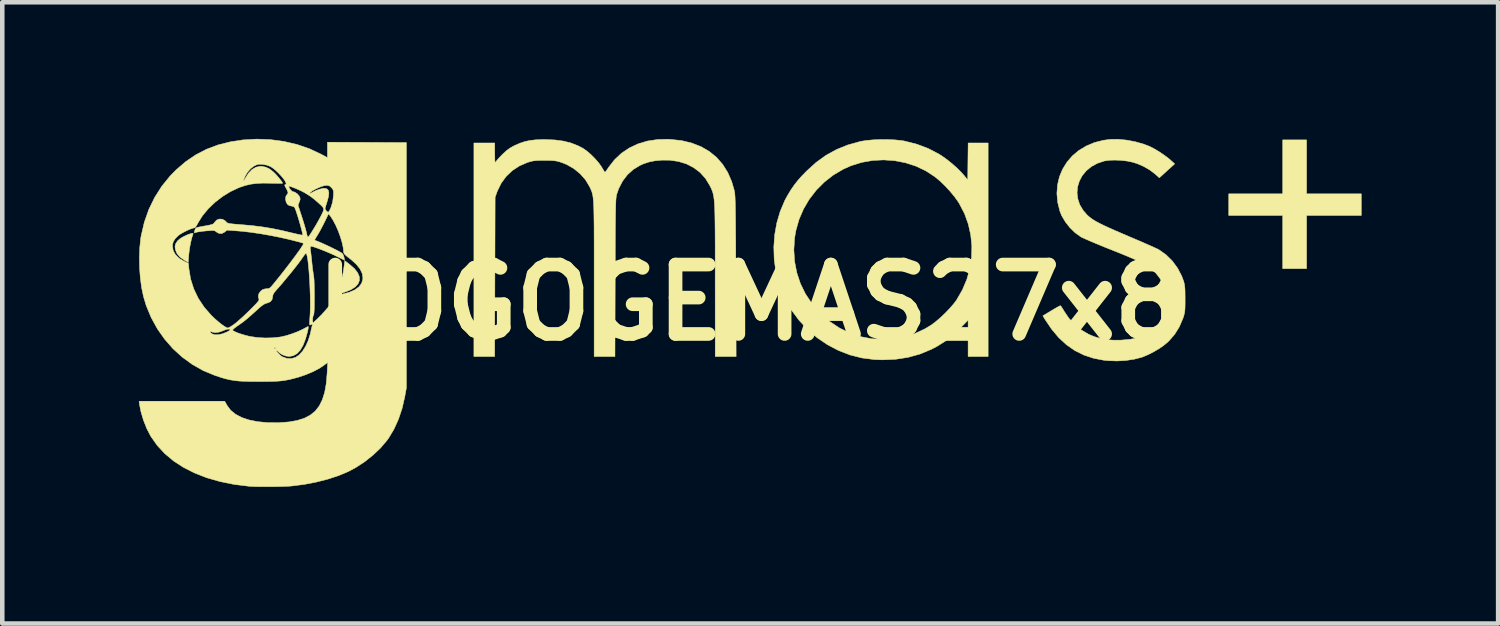
<source format=kicad_pcb>
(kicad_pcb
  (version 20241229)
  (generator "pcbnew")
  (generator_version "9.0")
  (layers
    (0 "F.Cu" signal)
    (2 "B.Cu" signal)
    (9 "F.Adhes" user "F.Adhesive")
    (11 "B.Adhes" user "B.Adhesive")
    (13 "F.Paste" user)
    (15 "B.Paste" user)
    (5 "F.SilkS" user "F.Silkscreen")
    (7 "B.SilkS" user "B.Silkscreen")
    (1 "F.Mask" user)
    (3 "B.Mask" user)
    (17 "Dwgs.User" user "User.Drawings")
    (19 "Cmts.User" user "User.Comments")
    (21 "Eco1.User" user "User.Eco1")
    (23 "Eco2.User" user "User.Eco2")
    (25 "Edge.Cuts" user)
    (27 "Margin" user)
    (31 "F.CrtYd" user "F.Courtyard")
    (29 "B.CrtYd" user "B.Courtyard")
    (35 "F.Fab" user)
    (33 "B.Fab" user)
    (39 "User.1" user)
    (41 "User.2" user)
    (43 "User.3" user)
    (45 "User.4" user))
  (footprint "LOGOGEMAS27x8"
    (layer "F.Cu")
    (at 13.42 3.595)
    (property "Reference" "LOGOGEMAS27x8" (at 0 0 0) (layer "F.SilkS") (effects (font (size 1.524 1.524) (thickness 0.3))))
    (attr through_hole)
    (fp_poly (pts (xy 12.226 -2.388) (xy 13.428 -2.388) (xy 13.428 -1.913) (xy 12.226 -1.913) (xy 12.226 -0.745) (xy 11.701 -0.745) (xy 11.701 -1.913) (xy 10.516 -1.913) (xy 10.516 -2.388) (xy 11.701 -2.388) (xy 11.701 -3.573) (xy 12.226 -3.573) (xy 12.226 -2.388)) (stroke (width 0.01) (type solid)) (fill yes) (layer "F.SilkS"))
    (fp_poly (pts (xy -12.228 -1.514) (xy -12.233 -1.497) (xy -12.257 -1.423) (xy -12.281 -1.326) (xy -12.302 -1.218) (xy -12.317 -1.112) (xy -12.324 -1.043) (xy -12.336 -0.881) (xy -12.422 -0.931) (xy -12.519 -0.999) (xy -12.584 -1.078) (xy -12.616 -1.155) (xy -12.627 -1.227) (xy -12.615 -1.287) (xy -12.576 -1.348) (xy -12.565 -1.36) (xy -12.515 -1.403) (xy -12.444 -1.446) (xy -12.363 -1.485) (xy -12.282 -1.514) (xy -12.27 -1.517) (xy -12.236 -1.523) (xy -12.228 -1.514)) (stroke (width 0.01) (type solid)) (fill yes) (layer "F.SilkS"))
    (fp_poly (pts (xy 3.031 -3.58) (xy 3.185 -3.573) (xy 3.323 -3.559) (xy 3.387 -3.549) (xy 3.661 -3.48) (xy 3.918 -3.383) (xy 4.157 -3.258) (xy 4.231 -3.21) (xy 4.335 -3.135) (xy 4.445 -3.046) (xy 4.551 -2.952) (xy 4.643 -2.859) (xy 4.699 -2.797) (xy 4.784 -2.693) (xy 4.788 -3.099) (xy 4.793 -3.505) (xy 5.232 -3.505) (xy 5.232 1.185) (xy 4.792 1.185) (xy 4.792 0.385) (xy 4.627 0.555) (xy 4.457 0.716) (xy 4.286 0.851) (xy 4.105 0.964) (xy 3.989 1.025) (xy 3.737 1.13) (xy 3.474 1.203) (xy 3.198 1.246) (xy 2.908 1.258) (xy 2.735 1.252) (xy 2.463 1.217) (xy 2.199 1.151) (xy 1.946 1.053) (xy 1.705 0.927) (xy 1.478 0.773) (xy 1.268 0.592) (xy 1.077 0.387) (xy 0.907 0.158) (xy 0.842 0.053) (xy 0.723 -0.179) (xy 0.632 -0.427) (xy 0.569 -0.685) (xy 0.533 -0.951) (xy 0.527 -1.156) (xy 0.965 -1.156) (xy 0.982 -0.902) (xy 1.03 -0.655) (xy 1.109 -0.417) (xy 1.219 -0.192) (xy 1.359 0.019) (xy 1.386 0.054) (xy 1.564 0.252) (xy 1.758 0.42) (xy 1.967 0.559) (xy 2.19 0.668) (xy 2.424 0.747) (xy 2.669 0.794) (xy 2.922 0.808) (xy 3.141 0.795) (xy 3.391 0.752) (xy 3.625 0.679) (xy 3.845 0.577) (xy 3.975 0.498) (xy 4.073 0.426) (xy 4.181 0.334) (xy 4.29 0.231) (xy 4.393 0.123) (xy 4.482 0.02) (xy 4.542 -0.062) (xy 4.668 -0.281) (xy 4.765 -0.512) (xy 4.831 -0.75) (xy 4.867 -0.994) (xy 4.874 -1.24) (xy 4.85 -1.483) (xy 4.796 -1.723) (xy 4.713 -1.954) (xy 4.599 -2.173) (xy 4.566 -2.225) (xy 4.488 -2.332) (xy 4.391 -2.449) (xy 4.283 -2.565) (xy 4.173 -2.671) (xy 4.07 -2.757) (xy 4.064 -2.762) (xy 3.863 -2.893) (xy 3.646 -2.996) (xy 3.417 -3.07) (xy 3.18 -3.116) (xy 2.938 -3.133) (xy 2.696 -3.121) (xy 2.457 -3.079) (xy 2.225 -3.007) (xy 2.053 -2.931) (xy 1.834 -2.802) (xy 1.635 -2.647) (xy 1.458 -2.469) (xy 1.305 -2.271) (xy 1.178 -2.056) (xy 1.079 -1.826) (xy 1.01 -1.583) (xy 0.981 -1.415) (xy 0.965 -1.156) (xy 0.527 -1.156) (xy 0.525 -1.22) (xy 0.544 -1.488) (xy 0.591 -1.751) (xy 0.666 -2.004) (xy 0.768 -2.245) (xy 0.825 -2.35) (xy 0.898 -2.471) (xy 0.971 -2.577) (xy 1.049 -2.677) (xy 1.14 -2.78) (xy 1.245 -2.888) (xy 1.452 -3.076) (xy 1.669 -3.233) (xy 1.899 -3.36) (xy 2.145 -3.46) (xy 2.413 -3.535) (xy 2.444 -3.542) (xy 2.566 -3.561) (xy 2.711 -3.574) (xy 2.869 -3.581) (xy 3.031 -3.58)) (stroke (width 0.01) (type solid)) (fill yes) (layer "F.SilkS"))
    (fp_poly (pts (xy 8.274 -3.568) (xy 8.464 -3.532) (xy 8.647 -3.48) (xy 8.78 -3.429) (xy 8.875 -3.38) (xy 8.983 -3.316) (xy 9.091 -3.243) (xy 9.189 -3.17) (xy 9.241 -3.126) (xy 9.329 -3.046) (xy 9.16 -2.893) (xy 8.992 -2.74) (xy 8.896 -2.826) (xy 8.783 -2.911) (xy 8.649 -2.989) (xy 8.506 -3.051) (xy 8.404 -3.083) (xy 8.283 -3.108) (xy 8.15 -3.123) (xy 8.016 -3.129) (xy 7.891 -3.125) (xy 7.788 -3.11) (xy 7.783 -3.109) (xy 7.63 -3.058) (xy 7.497 -2.985) (xy 7.387 -2.894) (xy 7.299 -2.788) (xy 7.236 -2.669) (xy 7.197 -2.543) (xy 7.185 -2.412) (xy 7.201 -2.279) (xy 7.244 -2.149) (xy 7.318 -2.025) (xy 7.403 -1.927) (xy 7.444 -1.889) (xy 7.49 -1.853) (xy 7.542 -1.817) (xy 7.605 -1.779) (xy 7.681 -1.739) (xy 7.774 -1.693) (xy 7.887 -1.641) (xy 8.022 -1.581) (xy 8.184 -1.511) (xy 8.317 -1.454) (xy 8.453 -1.396) (xy 8.583 -1.341) (xy 8.701 -1.289) (xy 8.804 -1.244) (xy 8.888 -1.206) (xy 8.949 -1.178) (xy 8.983 -1.161) (xy 8.984 -1.16) (xy 9.139 -1.05) (xy 9.277 -0.914) (xy 9.393 -0.756) (xy 9.484 -0.582) (xy 9.527 -0.466) (xy 9.539 -0.419) (xy 9.548 -0.369) (xy 9.554 -0.307) (xy 9.557 -0.227) (xy 9.558 -0.123) (xy 9.558 -0.076) (xy 9.558 0.031) (xy 9.556 0.112) (xy 9.553 0.173) (xy 9.546 0.223) (xy 9.536 0.267) (xy 9.522 0.314) (xy 9.511 0.347) (xy 9.429 0.537) (xy 9.326 0.702) (xy 9.198 0.848) (xy 9.104 0.929) (xy 8.998 1.005) (xy 8.873 1.079) (xy 8.744 1.145) (xy 8.622 1.196) (xy 8.605 1.202) (xy 8.441 1.244) (xy 8.256 1.272) (xy 8.061 1.283) (xy 7.867 1.276) (xy 7.781 1.268) (xy 7.549 1.224) (xy 7.335 1.153) (xy 7.137 1.055) (xy 6.954 0.928) (xy 6.784 0.772) (xy 6.626 0.584) (xy 6.478 0.365) (xy 6.471 0.353) (xy 6.434 0.291) (xy 6.619 0.179) (xy 6.69 0.137) (xy 6.75 0.102) (xy 6.795 0.078) (xy 6.817 0.068) (xy 6.818 0.068) (xy 6.833 0.082) (xy 6.858 0.119) (xy 6.89 0.171) (xy 6.9 0.189) (xy 7.005 0.344) (xy 7.133 0.483) (xy 7.28 0.603) (xy 7.44 0.697) (xy 7.559 0.747) (xy 7.7 0.789) (xy 7.838 0.815) (xy 7.984 0.826) (xy 8.15 0.825) (xy 8.162 0.824) (xy 8.352 0.807) (xy 8.516 0.774) (xy 8.657 0.724) (xy 8.781 0.655) (xy 8.888 0.568) (xy 8.985 0.456) (xy 9.056 0.327) (xy 9.102 0.178) (xy 9.124 0.008) (xy 9.127 -0.079) (xy 9.115 -0.243) (xy 9.079 -0.388) (xy 9.014 -0.519) (xy 8.921 -0.641) (xy 8.88 -0.683) (xy 8.834 -0.726) (xy 8.784 -0.767) (xy 8.727 -0.806) (xy 8.66 -0.845) (xy 8.581 -0.887) (xy 8.484 -0.933) (xy 8.367 -0.984) (xy 8.228 -1.043) (xy 8.061 -1.11) (xy 7.959 -1.151) (xy 7.82 -1.206) (xy 7.688 -1.26) (xy 7.566 -1.311) (xy 7.459 -1.356) (xy 7.371 -1.395) (xy 7.306 -1.424) (xy 7.268 -1.443) (xy 7.267 -1.444) (xy 7.142 -1.534) (xy 7.026 -1.647) (xy 6.926 -1.775) (xy 6.847 -1.909) (xy 6.809 -2.003) (xy 6.759 -2.202) (xy 6.742 -2.397) (xy 6.756 -2.585) (xy 6.798 -2.763) (xy 6.868 -2.931) (xy 6.963 -3.084) (xy 7.082 -3.222) (xy 7.224 -3.341) (xy 7.387 -3.439) (xy 7.568 -3.515) (xy 7.767 -3.565) (xy 7.916 -3.584) (xy 8.088 -3.586) (xy 8.274 -3.568)) (stroke (width 0.01) (type solid)) (fill yes) (layer "F.SilkS"))
    (fp_poly (pts (xy -1.746 -3.584) (xy -1.5 -3.557) (xy -1.276 -3.503) (xy -1.073 -3.424) (xy -0.892 -3.319) (xy -0.734 -3.19) (xy -0.599 -3.036) (xy -0.487 -2.858) (xy -0.4 -2.657) (xy -0.346 -2.472) (xy -0.341 -2.45) (xy -0.336 -2.424) (xy -0.332 -2.394) (xy -0.329 -2.356) (xy -0.326 -2.309) (xy -0.324 -2.251) (xy -0.321 -2.18) (xy -0.319 -2.093) (xy -0.318 -1.989) (xy -0.316 -1.866) (xy -0.315 -1.722) (xy -0.314 -1.554) (xy -0.312 -1.36) (xy -0.311 -1.139) (xy -0.31 -0.888) (xy -0.309 -0.606) (xy -0.309 -0.58) (xy -0.303 1.185) (xy -0.762 1.185) (xy -0.763 -0.487) (xy -0.763 -0.776) (xy -0.763 -1.034) (xy -0.763 -1.262) (xy -0.764 -1.462) (xy -0.765 -1.637) (xy -0.767 -1.788) (xy -0.769 -1.919) (xy -0.772 -2.03) (xy -0.776 -2.124) (xy -0.781 -2.204) (xy -0.787 -2.27) (xy -0.795 -2.326) (xy -0.804 -2.373) (xy -0.814 -2.414) (xy -0.826 -2.45) (xy -0.84 -2.484) (xy -0.855 -2.518) (xy -0.873 -2.554) (xy -0.882 -2.572) (xy -0.976 -2.726) (xy -1.094 -2.857) (xy -1.234 -2.963) (xy -1.393 -3.045) (xy -1.569 -3.099) (xy -1.761 -3.127) (xy -1.93 -3.128) (xy -2.083 -3.114) (xy -2.214 -3.088) (xy -2.336 -3.048) (xy -2.412 -3.014) (xy -2.561 -2.924) (xy -2.69 -2.807) (xy -2.798 -2.666) (xy -2.882 -2.502) (xy -2.925 -2.379) (xy -2.929 -2.361) (xy -2.934 -2.339) (xy -2.937 -2.311) (xy -2.941 -2.277) (xy -2.944 -2.233) (xy -2.946 -2.177) (xy -2.948 -2.108) (xy -2.95 -2.023) (xy -2.952 -1.921) (xy -2.953 -1.799) (xy -2.955 -1.655) (xy -2.956 -1.487) (xy -2.957 -1.294) (xy -2.958 -1.073) (xy -2.958 -0.822) (xy -2.959 -0.546) (xy -2.964 1.185) (xy -3.421 1.185) (xy -3.421 -0.521) (xy -3.421 -0.808) (xy -3.421 -1.063) (xy -3.421 -1.288) (xy -3.422 -1.486) (xy -3.422 -1.658) (xy -3.424 -1.807) (xy -3.426 -1.935) (xy -3.428 -2.043) (xy -3.432 -2.134) (xy -3.436 -2.21) (xy -3.441 -2.274) (xy -3.447 -2.326) (xy -3.455 -2.37) (xy -3.464 -2.407) (xy -3.474 -2.44) (xy -3.486 -2.47) (xy -3.499 -2.5) (xy -3.514 -2.531) (xy -3.522 -2.547) (xy -3.611 -2.696) (xy -3.728 -2.828) (xy -3.867 -2.942) (xy -4.023 -3.031) (xy -4.135 -3.076) (xy -4.196 -3.095) (xy -4.249 -3.108) (xy -4.303 -3.116) (xy -4.368 -3.12) (xy -4.452 -3.122) (xy -4.513 -3.122) (xy -4.612 -3.122) (xy -4.687 -3.119) (xy -4.746 -3.113) (xy -4.799 -3.103) (xy -4.854 -3.087) (xy -4.887 -3.077) (xy -5.062 -3.001) (xy -5.218 -2.899) (xy -5.352 -2.772) (xy -5.462 -2.622) (xy -5.546 -2.451) (xy -5.557 -2.421) (xy -5.596 -2.311) (xy -5.606 1.185) (xy -6.062 1.185) (xy -6.062 -3.505) (xy -5.605 -3.505) (xy -5.604 -3.281) (xy -5.603 -3.191) (xy -5.602 -3.13) (xy -5.599 -3.095) (xy -5.595 -3.081) (xy -5.587 -3.083) (xy -5.576 -3.098) (xy -5.576 -3.099) (xy -5.552 -3.129) (xy -5.511 -3.175) (xy -5.459 -3.23) (xy -5.427 -3.262) (xy -5.347 -3.336) (xy -5.27 -3.393) (xy -5.183 -3.442) (xy -5.164 -3.451) (xy -5.051 -3.5) (xy -4.943 -3.536) (xy -4.831 -3.56) (xy -4.707 -3.574) (xy -4.562 -3.58) (xy -4.487 -3.58) (xy -4.278 -3.571) (xy -4.094 -3.546) (xy -3.928 -3.504) (xy -3.775 -3.444) (xy -3.662 -3.385) (xy -3.582 -3.328) (xy -3.493 -3.252) (xy -3.405 -3.164) (xy -3.325 -3.073) (xy -3.264 -2.989) (xy -3.251 -2.967) (xy -3.221 -2.916) (xy -3.197 -2.878) (xy -3.183 -2.862) (xy -3.183 -2.862) (xy -3.17 -2.875) (xy -3.144 -2.91) (xy -3.11 -2.959) (xy -3.102 -2.972) (xy -2.972 -3.138) (xy -2.821 -3.28) (xy -2.65 -3.395) (xy -2.459 -3.485) (xy -2.252 -3.547) (xy -2.028 -3.581) (xy -1.79 -3.587) (xy -1.746 -3.584)) (stroke (width 0.01) (type solid)) (fill yes) (layer "F.SilkS"))
    (fp_poly (pts (xy -10.533 -3.579) (xy -10.235 -3.539) (xy -9.947 -3.472) (xy -9.673 -3.378) (xy -9.419 -3.259) (xy -9.279 -3.183) (xy -9.279 -3.522) (xy -8.412 -3.518) (xy -7.544 -3.514) (xy -7.544 1.871) (xy -7.581 2.074) (xy -7.639 2.326) (xy -7.719 2.564) (xy -7.818 2.782) (xy -7.934 2.976) (xy -7.974 3.031) (xy -8.112 3.193) (xy -8.276 3.349) (xy -8.458 3.494) (xy -8.652 3.621) (xy -8.82 3.711) (xy -9.032 3.8) (xy -9.269 3.878) (xy -9.524 3.943) (xy -9.789 3.994) (xy -10.056 4.028) (xy -10.075 4.03) (xy -10.152 4.035) (xy -10.253 4.039) (xy -10.371 4.042) (xy -10.498 4.043) (xy -10.627 4.044) (xy -10.75 4.043) (xy -10.861 4.042) (xy -10.95 4.038) (xy -10.998 4.035) (xy -11.329 3.994) (xy -11.639 3.931) (xy -11.929 3.848) (xy -12.196 3.744) (xy -12.439 3.621) (xy -12.658 3.479) (xy -12.85 3.318) (xy -13.016 3.14) (xy -13.153 2.945) (xy -13.163 2.93) (xy -13.248 2.764) (xy -13.32 2.582) (xy -13.375 2.396) (xy -13.404 2.248) (xy -13.415 2.167) (xy -11.535 2.167) (xy -11.483 2.259) (xy -11.405 2.364) (xy -11.298 2.452) (xy -11.162 2.524) (xy -11 2.578) (xy -10.812 2.616) (xy -10.599 2.636) (xy -10.362 2.638) (xy -10.338 2.637) (xy -10.128 2.622) (xy -9.945 2.59) (xy -9.788 2.541) (xy -9.656 2.472) (xy -9.546 2.383) (xy -9.458 2.27) (xy -9.39 2.133) (xy -9.339 1.97) (xy -9.305 1.78) (xy -9.286 1.559) (xy -9.285 1.542) (xy -9.274 1.314) (xy -9.342 1.367) (xy -9.455 1.444) (xy -9.596 1.518) (xy -9.756 1.585) (xy -9.929 1.643) (xy -10.106 1.689) (xy -10.185 1.704) (xy -10.249 1.715) (xy -10.316 1.722) (xy -10.393 1.728) (xy -10.484 1.732) (xy -10.596 1.734) (xy -10.733 1.735) (xy -10.795 1.735) (xy -10.962 1.734) (xy -11.101 1.73) (xy -11.22 1.724) (xy -11.325 1.712) (xy -11.423 1.696) (xy -11.52 1.673) (xy -11.623 1.643) (xy -11.738 1.604) (xy -11.754 1.599) (xy -12.007 1.494) (xy -12.246 1.359) (xy -12.468 1.198) (xy -12.672 1.012) (xy -12.684 0.998) (xy -10.448 0.998) (xy -10.436 1.015) (xy -10.431 1.016) (xy -10.414 1.01) (xy -10.414 1.009) (xy -10.426 0.994) (xy -10.431 0.991) (xy -10.447 0.992) (xy -10.448 0.998) (xy -12.684 0.998) (xy -12.854 0.804) (xy -12.966 0.645) (xy -11.853 0.645) (xy -11.838 0.667) (xy -11.816 0.685) (xy -11.756 0.707) (xy -11.677 0.707) (xy -11.583 0.685) (xy -11.561 0.677) (xy -11.504 0.654) (xy -11.457 0.631) (xy -11.437 0.619) (xy -11.419 0.604) (xy -11.362 0.604) (xy -11.347 0.621) (xy -11.304 0.643) (xy -11.241 0.669) (xy -11.163 0.695) (xy -11.076 0.721) (xy -10.986 0.743) (xy -10.969 0.746) (xy -10.817 0.768) (xy -10.649 0.778) (xy -10.479 0.774) (xy -10.323 0.757) (xy -10.293 0.752) (xy -10.179 0.725) (xy -10.054 0.685) (xy -9.931 0.638) (xy -9.824 0.589) (xy -9.787 0.569) (xy -9.742 0.544) (xy -9.71 0.528) (xy -9.7 0.525) (xy -9.698 0.54) (xy -9.703 0.579) (xy -9.713 0.631) (xy -9.76 0.802) (xy -9.814 0.94) (xy -9.877 1.047) (xy -9.949 1.123) (xy -10.03 1.168) (xy -10.121 1.185) (xy -10.126 1.185) (xy -10.196 1.173) (xy -10.27 1.145) (xy -10.333 1.105) (xy -10.353 1.086) (xy -10.382 1.06) (xy -10.403 1.05) (xy -10.403 1.06) (xy -10.385 1.085) (xy -10.355 1.118) (xy -10.319 1.152) (xy -10.286 1.18) (xy -10.27 1.19) (xy -10.173 1.225) (xy -10.073 1.23) (xy -9.982 1.205) (xy -9.901 1.151) (xy -9.826 1.068) (xy -9.758 0.962) (xy -9.701 0.835) (xy -9.657 0.695) (xy -9.646 0.645) (xy -9.632 0.578) (xy -9.619 0.525) (xy -9.61 0.493) (xy -9.608 0.489) (xy -9.607 0.475) (xy -9.631 0.481) (xy -9.649 0.49) (xy -9.662 0.494) (xy -9.669 0.487) (xy -9.672 0.464) (xy -9.671 0.42) (xy -9.666 0.348) (xy -9.664 0.324) (xy -9.658 0.222) (xy -9.655 0.104) (xy -9.655 -0.026) (xy -9.657 -0.163) (xy -9.662 -0.304) (xy -9.668 -0.445) (xy -9.676 -0.582) (xy -9.686 -0.71) (xy -9.697 -0.825) (xy -9.708 -0.924) (xy -9.721 -1.003) (xy -9.734 -1.057) (xy -9.747 -1.082) (xy -9.751 -1.084) (xy -9.765 -1.07) (xy -9.792 -1.035) (xy -9.827 -0.986) (xy -9.836 -0.972) (xy -9.875 -0.917) (xy -9.929 -0.845) (xy -9.992 -0.764) (xy -10.057 -0.682) (xy -10.073 -0.663) (xy -10.133 -0.59) (xy -10.188 -0.524) (xy -10.233 -0.469) (xy -10.263 -0.433) (xy -10.27 -0.424) (xy -10.298 -0.392) (xy -10.34 -0.344) (xy -10.388 -0.29) (xy -10.393 -0.285) (xy -10.441 -0.228) (xy -10.469 -0.185) (xy -10.48 -0.148) (xy -10.482 -0.129) (xy -10.496 -0.062) (xy -10.538 -0.015) (xy -10.605 0.012) (xy -10.61 0.013) (xy -10.645 0.023) (xy -10.682 0.043) (xy -10.728 0.076) (xy -10.788 0.127) (xy -10.847 0.181) (xy -10.948 0.272) (xy -11.032 0.346) (xy -11.108 0.408) (xy -11.184 0.464) (xy -11.264 0.519) (xy -11.313 0.555) (xy -11.348 0.585) (xy -11.362 0.604) (xy -11.362 0.604) (xy -11.419 0.604) (xy -11.415 0.6) (xy -11.42 0.59) (xy -11.435 0.583) (xy -11.469 0.584) (xy -11.524 0.599) (xy -11.564 0.616) (xy -11.658 0.649) (xy -11.742 0.66) (xy -11.809 0.648) (xy -11.821 0.643) (xy -11.847 0.634) (xy -11.853 0.645) (xy -12.966 0.645) (xy -13.014 0.576) (xy -13.149 0.331) (xy -13.258 0.07) (xy -13.318 -0.13) (xy -13.359 -0.323) (xy -13.388 -0.538) (xy -13.405 -0.764) (xy -13.409 -0.992) (xy -13.401 -1.212) (xy -13.397 -1.241) (xy -12.683 -1.241) (xy -12.666 -1.142) (xy -12.617 -1.053) (xy -12.539 -0.974) (xy -12.431 -0.909) (xy -12.419 -0.903) (xy -12.332 -0.863) (xy -12.321 -0.741) (xy -12.284 -0.517) (xy -12.214 -0.299) (xy -12.114 -0.091) (xy -11.984 0.104) (xy -11.826 0.284) (xy -11.821 0.289) (xy -11.743 0.363) (xy -11.664 0.431) (xy -11.591 0.488) (xy -11.529 0.53) (xy -11.483 0.554) (xy -11.466 0.558) (xy -11.442 0.549) (xy -11.399 0.525) (xy -11.345 0.49) (xy -11.331 0.479) (xy -11.281 0.441) (xy -11.215 0.383) (xy -11.137 0.314) (xy -11.056 0.237) (xy -10.993 0.176) (xy -10.914 0.097) (xy -10.856 0.038) (xy -10.817 -0.005) (xy -10.793 -0.035) (xy -10.783 -0.057) (xy -10.782 -0.073) (xy -10.786 -0.084) (xy -10.798 -0.139) (xy -10.784 -0.196) (xy -10.749 -0.247) (xy -10.7 -0.286) (xy -10.642 -0.302) (xy -10.624 -0.302) (xy -10.564 -0.31) (xy -10.535 -0.328) (xy -10.508 -0.356) (xy -10.465 -0.407) (xy -10.408 -0.477) (xy -10.341 -0.56) (xy -10.268 -0.652) (xy -10.192 -0.75) (xy -10.116 -0.848) (xy -10.045 -0.943) (xy -9.98 -1.029) (xy -9.941 -1.084) (xy -9.883 -1.164) (xy -9.856 -1.204) (xy -9.656 -1.204) (xy -9.651 -1.147) (xy -9.644 -1.101) (xy -9.636 -1.032) (xy -9.626 -0.948) (xy -9.619 -0.872) (xy -9.61 -0.784) (xy -9.599 -0.701) (xy -9.589 -0.632) (xy -9.582 -0.593) (xy -9.577 -0.553) (xy -9.572 -0.489) (xy -9.569 -0.406) (xy -9.567 -0.31) (xy -9.565 -0.206) (xy -9.565 -0.101) (xy -9.566 0.002) (xy -9.567 0.095) (xy -9.57 0.174) (xy -9.574 0.232) (xy -9.579 0.265) (xy -9.581 0.269) (xy -9.592 0.29) (xy -9.6 0.329) (xy -9.604 0.375) (xy -9.604 0.415) (xy -9.597 0.438) (xy -9.594 0.44) (xy -9.577 0.429) (xy -9.541 0.397) (xy -9.491 0.35) (xy -9.432 0.291) (xy -9.407 0.267) (xy -9.263 0.103) (xy -9.145 -0.066) (xy -9.053 -0.245) (xy -8.983 -0.44) (xy -8.934 -0.656) (xy -8.911 -0.811) (xy -8.898 -0.919) (xy -8.789 -0.836) (xy -8.686 -0.746) (xy -8.616 -0.657) (xy -8.579 -0.571) (xy -8.575 -0.49) (xy -8.604 -0.414) (xy -8.665 -0.345) (xy -8.759 -0.285) (xy -8.865 -0.241) (xy -8.927 -0.22) (xy -8.984 -0.203) (xy -9.015 -0.195) (xy -9.046 -0.185) (xy -9.054 -0.176) (xy -9.054 -0.175) (xy -9.034 -0.174) (xy -8.991 -0.179) (xy -8.946 -0.187) (xy -8.795 -0.227) (xy -8.675 -0.28) (xy -8.586 -0.346) (xy -8.528 -0.423) (xy -8.502 -0.512) (xy -8.501 -0.544) (xy -8.516 -0.641) (xy -8.563 -0.738) (xy -8.642 -0.838) (xy -8.754 -0.94) (xy -8.797 -0.973) (xy -8.858 -1.021) (xy -8.897 -1.056) (xy -8.917 -1.084) (xy -8.924 -1.11) (xy -8.924 -1.117) (xy -8.933 -1.208) (xy -8.957 -1.319) (xy -8.994 -1.442) (xy -9.04 -1.568) (xy -9.093 -1.69) (xy -9.15 -1.8) (xy -9.206 -1.888) (xy -9.219 -1.905) (xy -9.255 -1.951) (xy -9.289 -1.879) (xy -9.341 -1.77) (xy -9.397 -1.661) (xy -9.451 -1.56) (xy -9.5 -1.476) (xy -9.526 -1.435) (xy -9.55 -1.395) (xy -9.557 -1.375) (xy -9.547 -1.364) (xy -9.538 -1.361) (xy -9.483 -1.341) (xy -9.408 -1.309) (xy -9.322 -1.27) (xy -9.231 -1.228) (xy -9.142 -1.184) (xy -9.062 -1.144) (xy -8.999 -1.109) (xy -8.958 -1.084) (xy -8.955 -1.081) (xy -8.933 -1.05) (xy -8.916 -1.003) (xy -8.914 -0.994) (xy -8.903 -0.929) (xy -9.028 -0.992) (xy -9.113 -1.034) (xy -9.207 -1.077) (xy -9.303 -1.118) (xy -9.397 -1.156) (xy -9.483 -1.189) (xy -9.556 -1.215) (xy -9.611 -1.231) (xy -9.641 -1.236) (xy -9.645 -1.235) (xy -9.656 -1.204) (xy -9.856 -1.204) (xy -9.844 -1.222) (xy -9.82 -1.26) (xy -9.809 -1.284) (xy -9.81 -1.298) (xy -9.819 -1.306) (xy -9.826 -1.309) (xy -9.855 -1.318) (xy -9.91 -1.333) (xy -9.985 -1.352) (xy -10.074 -1.375) (xy -10.135 -1.39) (xy -10.33 -1.434) (xy -10.539 -1.475) (xy -10.75 -1.512) (xy -10.955 -1.542) (xy -11.143 -1.564) (xy -11.251 -1.573) (xy -11.487 -1.59) (xy -11.538 -1.547) (xy -11.597 -1.516) (xy -11.659 -1.518) (xy -11.72 -1.552) (xy -11.726 -1.557) (xy -11.743 -1.571) (xy -11.765 -1.58) (xy -11.798 -1.583) (xy -11.848 -1.581) (xy -11.923 -1.575) (xy -11.941 -1.574) (xy -12.02 -1.566) (xy -12.091 -1.556) (xy -12.144 -1.547) (xy -12.165 -1.541) (xy -12.196 -1.531) (xy -12.206 -1.534) (xy -12.201 -1.559) (xy -12.191 -1.588) (xy -12.182 -1.613) (xy -12.171 -1.631) (xy -12.153 -1.644) (xy -12.121 -1.654) (xy -12.07 -1.665) (xy -11.993 -1.679) (xy -11.959 -1.685) (xy -11.879 -1.7) (xy -11.826 -1.712) (xy -11.793 -1.725) (xy -11.772 -1.741) (xy -11.756 -1.763) (xy -11.756 -1.764) (xy -11.71 -1.813) (xy -11.651 -1.835) (xy -11.588 -1.831) (xy -11.529 -1.8) (xy -11.504 -1.774) (xy -11.49 -1.759) (xy -11.472 -1.748) (xy -11.445 -1.739) (xy -11.403 -1.732) (xy -11.34 -1.725) (xy -11.252 -1.718) (xy -11.193 -1.713) (xy -10.94 -1.691) (xy -10.71 -1.662) (xy -10.49 -1.626) (xy -10.271 -1.581) (xy -10.144 -1.55) (xy -10.046 -1.527) (xy -9.96 -1.507) (xy -9.891 -1.492) (xy -9.844 -1.483) (xy -9.824 -1.481) (xy -9.824 -1.482) (xy -9.824 -1.502) (xy -9.833 -1.548) (xy -9.85 -1.616) (xy -9.873 -1.7) (xy -9.9 -1.795) (xy -9.93 -1.894) (xy -9.946 -1.943) (xy -9.97 -2.017) (xy -9.989 -2.065) (xy -10.005 -2.094) (xy -10.022 -2.108) (xy -10.046 -2.115) (xy -10.059 -2.117) (xy -10.118 -2.131) (xy -10.154 -2.154) (xy -10.18 -2.194) (xy -10.186 -2.208) (xy -10.199 -2.269) (xy -10.194 -2.327) (xy -10.169 -2.37) (xy -10.167 -2.372) (xy -10.148 -2.394) (xy -10.146 -2.423) (xy -10.162 -2.465) (xy -10.187 -2.512) (xy -10.204 -2.546) (xy -10.129 -2.546) (xy -10.117 -2.519) (xy -10.095 -2.486) (xy -10.07 -2.457) (xy -10.049 -2.44) (xy -10.045 -2.439) (xy -9.995 -2.424) (xy -9.943 -2.39) (xy -9.902 -2.345) (xy -9.896 -2.334) (xy -9.881 -2.299) (xy -9.878 -2.268) (xy -9.89 -2.227) (xy -9.897 -2.209) (xy -9.924 -2.137) (xy -9.842 -1.885) (xy -9.811 -1.789) (xy -9.782 -1.693) (xy -9.758 -1.609) (xy -9.741 -1.544) (xy -9.737 -1.526) (xy -9.727 -1.481) (xy -9.719 -1.451) (xy -9.709 -1.44) (xy -9.693 -1.449) (xy -9.669 -1.48) (xy -9.633 -1.535) (xy -9.583 -1.617) (xy -9.576 -1.627) (xy -9.526 -1.71) (xy -9.474 -1.803) (xy -9.427 -1.889) (xy -9.416 -1.912) (xy -9.383 -1.978) (xy -9.365 -2.025) (xy -9.363 -2.062) (xy -9.38 -2.096) (xy -9.418 -2.136) (xy -9.478 -2.19) (xy -9.483 -2.195) (xy -9.572 -2.272) (xy -9.652 -2.333) (xy -9.736 -2.387) (xy -9.753 -2.397) (xy -9.669 -2.397) (xy -9.656 -2.397) (xy -9.625 -2.412) (xy -9.612 -2.42) (xy -9.532 -2.461) (xy -9.444 -2.492) (xy -9.365 -2.509) (xy -9.349 -2.51) (xy -9.294 -2.5) (xy -9.26 -2.467) (xy -9.247 -2.408) (xy -9.256 -2.325) (xy -9.286 -2.215) (xy -9.288 -2.208) (xy -9.308 -2.146) (xy -9.323 -2.095) (xy -9.33 -2.065) (xy -9.33 -2.063) (xy -9.32 -2.035) (xy -9.295 -2.006) (xy -9.269 -1.987) (xy -9.258 -1.986) (xy -9.244 -2.003) (xy -9.222 -2.043) (xy -9.2 -2.092) (xy -9.164 -2.212) (xy -9.149 -2.329) (xy -9.145 -2.397) (xy -9.146 -2.442) (xy -9.154 -2.473) (xy -9.17 -2.5) (xy -9.186 -2.519) (xy -9.224 -2.556) (xy -9.264 -2.572) (xy -9.303 -2.574) (xy -9.351 -2.567) (xy -9.414 -2.548) (xy -9.482 -2.52) (xy -9.549 -2.488) (xy -9.608 -2.455) (xy -9.65 -2.424) (xy -9.669 -2.4) (xy -9.669 -2.397) (xy -9.753 -2.397) (xy -9.789 -2.418) (xy -9.844 -2.447) (xy -9.91 -2.477) (xy -9.981 -2.508) (xy -10.046 -2.533) (xy -10.097 -2.551) (xy -10.126 -2.557) (xy -10.129 -2.546) (xy -10.204 -2.546) (xy -10.211 -2.558) (xy -10.218 -2.582) (xy -10.21 -2.59) (xy -10.203 -2.591) (xy -10.185 -2.601) (xy -10.19 -2.63) (xy -10.212 -2.673) (xy -10.249 -2.726) (xy -10.297 -2.784) (xy -10.352 -2.843) (xy -10.411 -2.899) (xy -10.47 -2.948) (xy -10.525 -2.985) (xy -10.535 -2.99) (xy -10.614 -3.019) (xy -10.703 -3.036) (xy -10.787 -3.037) (xy -10.824 -3.03) (xy -10.896 -2.996) (xy -10.969 -2.938) (xy -11.035 -2.862) (xy -11.081 -2.784) (xy -11.107 -2.726) (xy -11.121 -2.687) (xy -11.123 -2.67) (xy -11.113 -2.678) (xy -11.091 -2.714) (xy -11.08 -2.735) (xy -11.013 -2.842) (xy -10.935 -2.922) (xy -10.849 -2.973) (xy -10.758 -2.993) (xy -10.717 -2.992) (xy -10.633 -2.974) (xy -10.557 -2.939) (xy -10.479 -2.88) (xy -10.454 -2.858) (xy -10.414 -2.818) (xy -10.37 -2.768) (xy -10.327 -2.716) (xy -10.29 -2.669) (xy -10.267 -2.634) (xy -10.262 -2.621) (xy -10.278 -2.618) (xy -10.322 -2.617) (xy -10.389 -2.618) (xy -10.472 -2.619) (xy -10.537 -2.621) (xy -10.698 -2.623) (xy -10.834 -2.616) (xy -10.955 -2.601) (xy -11.07 -2.575) (xy -11.187 -2.537) (xy -11.227 -2.522) (xy -11.407 -2.438) (xy -11.582 -2.33) (xy -11.747 -2.203) (xy -11.895 -2.061) (xy -12.021 -1.91) (xy -12.12 -1.753) (xy -12.131 -1.731) (xy -12.158 -1.684) (xy -12.181 -1.651) (xy -12.193 -1.643) (xy -12.234 -1.634) (xy -12.295 -1.612) (xy -12.366 -1.581) (xy -12.439 -1.544) (xy -12.504 -1.507) (xy -12.551 -1.474) (xy -12.555 -1.471) (xy -12.623 -1.402) (xy -12.664 -1.337) (xy -12.681 -1.27) (xy -12.683 -1.241) (xy -13.397 -1.241) (xy -13.379 -1.414) (xy -13.37 -1.465) (xy -13.301 -1.763) (xy -13.202 -2.044) (xy -13.074 -2.307) (xy -12.918 -2.553) (xy -12.734 -2.78) (xy -12.601 -2.915) (xy -12.392 -3.095) (xy -12.17 -3.245) (xy -11.935 -3.367) (xy -11.683 -3.462) (xy -11.412 -3.53) (xy -11.139 -3.572) (xy -10.835 -3.59) (xy -10.533 -3.579)) (stroke (width 0.01) (type solid)) (fill yes) (layer "F.SilkS")))
  (gr_rect
    (start -3 -3)
    (end 29.853 10.644)
    (stroke (width 0.1) (type default))
    (fill no)
    (layer "Edge.Cuts")))
</source>
